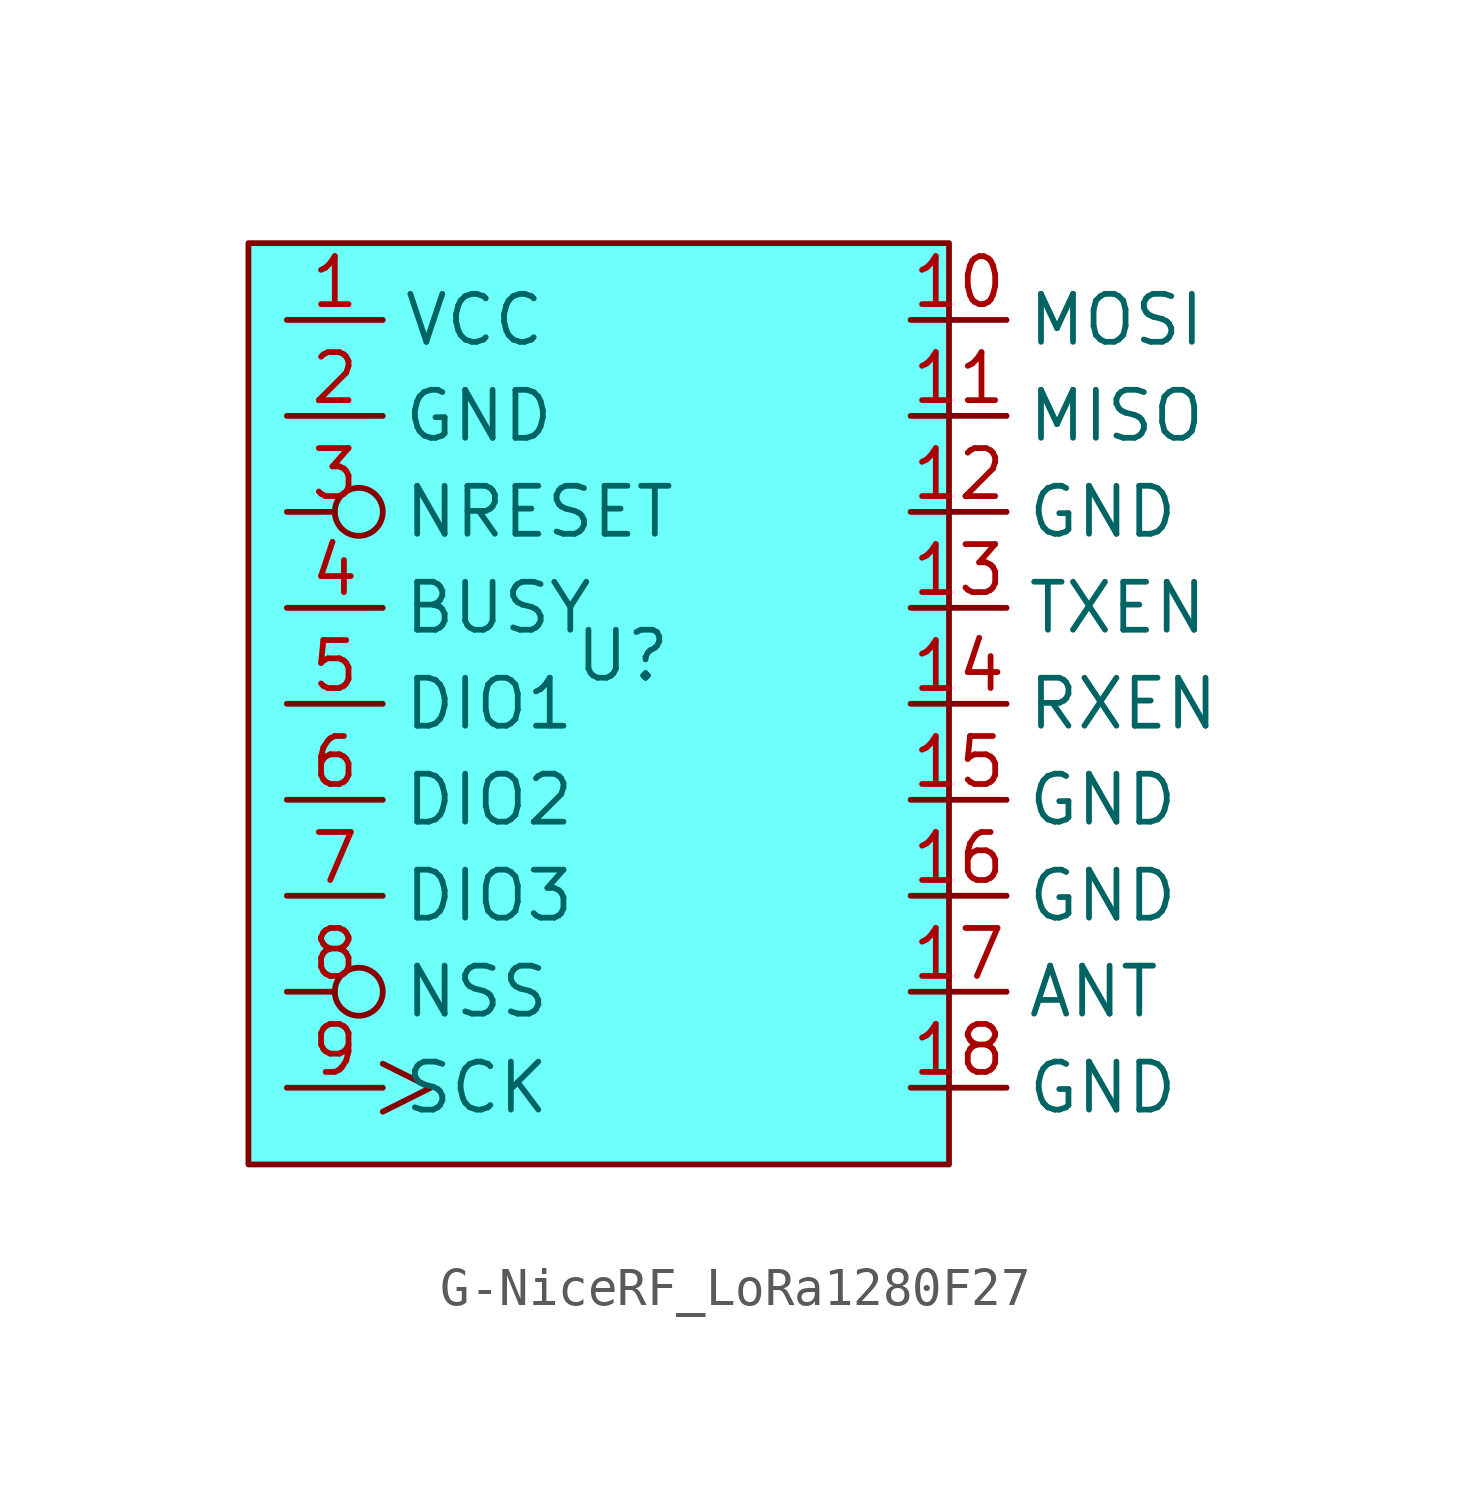
<source format=kicad_sym>
(kicad_symbol_lib
  (version 20241209)
  (generator "kicad_symbol_editor")
  (generator_version "9.0")
  (symbol "G-NiceRF_LoRa1280F27"
    (property "Reference" "U"
      (at 0 0 0)
      (effects (font (size 1.27 1.27))))
    (property "Value" ""
      (at 0 0 0)
      (effects (font (size 1.27 1.27))))
    (symbol "G-NiceRF_LoRa1280F27_1_1"
      (rectangle (start -9.906 10.922) (end 8.636 -13.462) (stroke (width 0) (type solid)) (fill (type color) (color 109 255 250 1)))
      (pin power_in line (at -8.89 8.89 0) (length 2.54) (name "VCC" (effects (font (size 1.27 1.27)))) (number "1" (effects (font (size 1.27 1.27)))))
      (pin power_in line (at -8.89 6.35 0) (length 2.54) (name "GND" (effects (font (size 1.27 1.27)))) (number "2" (effects (font (size 1.27 1.27)))))
      (pin input inverted (at -8.89 3.81 0) (length 2.54) (name "NRESET" (effects (font (size 1.27 1.27)))) (number "3" (effects (font (size 1.27 1.27)))))
      (pin output line (at -8.89 1.27 0) (length 2.54) (name "BUSY" (effects (font (size 1.27 1.27)))) (number "4" (effects (font (size 1.27 1.27)))))
      (pin output line (at -8.89 -1.27 0) (length 2.54) (name "DIO1" (effects (font (size 1.27 1.27)))) (number "5" (effects (font (size 1.27 1.27)))))
      (pin output line (at -8.89 -3.81 0) (length 2.54) (name "DIO2" (effects (font (size 1.27 1.27)))) (number "6" (effects (font (size 1.27 1.27)))))
      (pin output line (at -8.89 -6.35 0) (length 2.54) (name "DIO3" (effects (font (size 1.27 1.27)))) (number "7" (effects (font (size 1.27 1.27)))))
      (pin input inverted (at -8.89 -8.89 0) (length 2.54) (name "NSS" (effects (font (size 1.27 1.27)))) (number "8" (effects (font (size 1.27 1.27)))))
      (pin input clock (at -8.89 -11.43 0) (length 2.54) (name "SCK" (effects (font (size 1.27 1.27)))) (number "9" (effects (font (size 1.27 1.27)))))
      (pin input line (at 7.62 8.89 0) (length 2.54) (name "MOSI" (effects (font (size 1.27 1.27)))) (number "10" (effects (font (size 1.27 1.27)))))
      (pin output line (at 7.62 6.35 0) (length 2.54) (name "MISO" (effects (font (size 1.27 1.27)))) (number "11" (effects (font (size 1.27 1.27)))))
      (pin power_in line (at 7.62 3.81 0) (length 2.54) (name "GND" (effects (font (size 1.27 1.27)))) (number "12" (effects (font (size 1.27 1.27)))))
      (pin input line (at 7.62 1.27 0) (length 2.54) (name "TXEN" (effects (font (size 1.27 1.27)))) (number "13" (effects (font (size 1.27 1.27)))))
      (pin input line (at 7.62 -1.27 0) (length 2.54) (name "RXEN" (effects (font (size 1.27 1.27)))) (number "14" (effects (font (size 1.27 1.27)))))
      (pin power_in line (at 7.62 -3.81 0) (length 2.54) (name "GND" (effects (font (size 1.27 1.27)))) (number "15" (effects (font (size 1.27 1.27)))))
      (pin power_in line (at 7.62 -6.35 0) (length 2.54) (name "GND" (effects (font (size 1.27 1.27)))) (number "16" (effects (font (size 1.27 1.27)))))
      (pin passive line (at 7.62 -8.89 0) (length 2.54) (name "ANT" (effects (font (size 1.27 1.27)))) (number "17" (effects (font (size 1.27 1.27)))))
      (pin power_in line (at 7.62 -11.43 0) (length 2.54) (name "GND" (effects (font (size 1.27 1.27)))) (number "18" (effects (font (size 1.27 1.27))))))))
</source>
